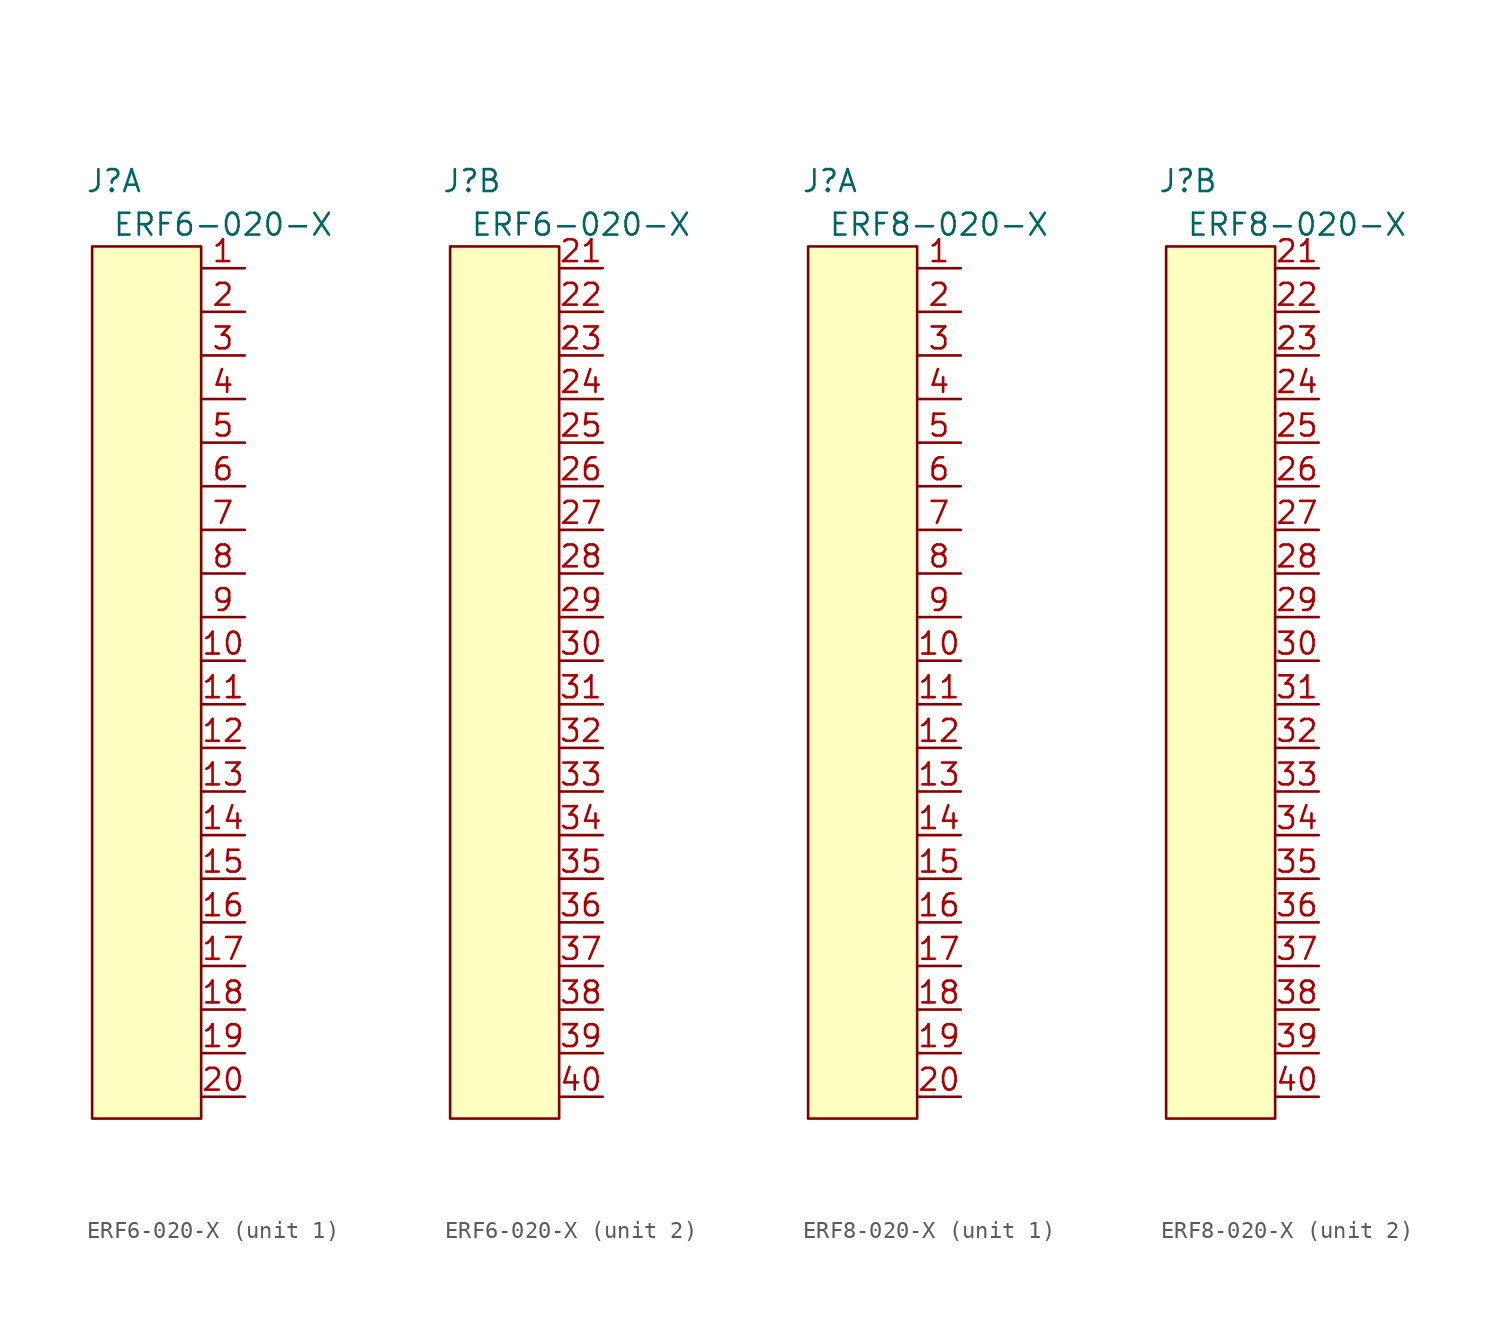
<source format=kicad_sym>
(kicad_symbol_lib
  (version 20211014)
  (generator kicad_symbol_editor)
  (symbol "ERF6-020-X"
    (property "Reference" "J"
      (at 1.27 16.51 0)
      (effects (font (size 1.27 1.27))))
    (property "Value" "ERF6-020-X"
      (at 7.62 13.97 0)
      (effects (font (size 1.27 1.27))))
    (symbol "ERF6-020-X_0_1"
      (rectangle (start 0 12.7) (end 6.35 -38.1) (stroke (width 0) (type default) (color 0 0 0 0)) (fill (type background))))
    (symbol "ERF6-020-X_1_1"
      (pin bidirectional line (at 8.89 11.43 180) (length 2.54) (name "~" (effects (font (size 1.27 1.27)))) (number "1" (effects (font (size 1.27 1.27)))))
      (pin bidirectional line (at 8.89 -11.43 180) (length 2.54) (name "~" (effects (font (size 1.27 1.27)))) (number "10" (effects (font (size 1.27 1.27)))))
      (pin bidirectional line (at 8.89 -13.97 180) (length 2.54) (name "~" (effects (font (size 1.27 1.27)))) (number "11" (effects (font (size 1.27 1.27)))))
      (pin bidirectional line (at 8.89 -16.51 180) (length 2.54) (name "~" (effects (font (size 1.27 1.27)))) (number "12" (effects (font (size 1.27 1.27)))))
      (pin bidirectional line (at 8.89 -19.05 180) (length 2.54) (name "~" (effects (font (size 1.27 1.27)))) (number "13" (effects (font (size 1.27 1.27)))))
      (pin bidirectional line (at 8.89 -21.59 180) (length 2.54) (name "~" (effects (font (size 1.27 1.27)))) (number "14" (effects (font (size 1.27 1.27)))))
      (pin bidirectional line (at 8.89 -24.13 180) (length 2.54) (name "~" (effects (font (size 1.27 1.27)))) (number "15" (effects (font (size 1.27 1.27)))))
      (pin bidirectional line (at 8.89 -26.67 180) (length 2.54) (name "~" (effects (font (size 1.27 1.27)))) (number "16" (effects (font (size 1.27 1.27)))))
      (pin bidirectional line (at 8.89 -29.21 180) (length 2.54) (name "~" (effects (font (size 1.27 1.27)))) (number "17" (effects (font (size 1.27 1.27)))))
      (pin bidirectional line (at 8.89 -31.75 180) (length 2.54) (name "~" (effects (font (size 1.27 1.27)))) (number "18" (effects (font (size 1.27 1.27)))))
      (pin bidirectional line (at 8.89 -34.29 180) (length 2.54) (name "~" (effects (font (size 1.27 1.27)))) (number "19" (effects (font (size 1.27 1.27)))))
      (pin bidirectional line (at 8.89 8.89 180) (length 2.54) (name "~" (effects (font (size 1.27 1.27)))) (number "2" (effects (font (size 1.27 1.27)))))
      (pin bidirectional line (at 8.89 -36.83 180) (length 2.54) (name "~" (effects (font (size 1.27 1.27)))) (number "20" (effects (font (size 1.27 1.27)))))
      (pin bidirectional line (at 8.89 6.35 180) (length 2.54) (name "~" (effects (font (size 1.27 1.27)))) (number "3" (effects (font (size 1.27 1.27)))))
      (pin bidirectional line (at 8.89 3.81 180) (length 2.54) (name "~" (effects (font (size 1.27 1.27)))) (number "4" (effects (font (size 1.27 1.27)))))
      (pin bidirectional line (at 8.89 1.27 180) (length 2.54) (name "~" (effects (font (size 1.27 1.27)))) (number "5" (effects (font (size 1.27 1.27)))))
      (pin bidirectional line (at 8.89 -1.27 180) (length 2.54) (name "~" (effects (font (size 1.27 1.27)))) (number "6" (effects (font (size 1.27 1.27)))))
      (pin bidirectional line (at 8.89 -3.81 180) (length 2.54) (name "~" (effects (font (size 1.27 1.27)))) (number "7" (effects (font (size 1.27 1.27)))))
      (pin bidirectional line (at 8.89 -6.35 180) (length 2.54) (name "~" (effects (font (size 1.27 1.27)))) (number "8" (effects (font (size 1.27 1.27)))))
      (pin bidirectional line (at 8.89 -8.89 180) (length 2.54) (name "~" (effects (font (size 1.27 1.27)))) (number "9" (effects (font (size 1.27 1.27))))))
    (symbol "ERF6-020-X_2_1"
      (pin bidirectional line (at 8.89 11.43 180) (length 2.54) (name "~" (effects (font (size 1.27 1.27)))) (number "21" (effects (font (size 1.27 1.27)))))
      (pin bidirectional line (at 8.89 8.89 180) (length 2.54) (name "~" (effects (font (size 1.27 1.27)))) (number "22" (effects (font (size 1.27 1.27)))))
      (pin bidirectional line (at 8.89 6.35 180) (length 2.54) (name "~" (effects (font (size 1.27 1.27)))) (number "23" (effects (font (size 1.27 1.27)))))
      (pin bidirectional line (at 8.89 3.81 180) (length 2.54) (name "~" (effects (font (size 1.27 1.27)))) (number "24" (effects (font (size 1.27 1.27)))))
      (pin bidirectional line (at 8.89 1.27 180) (length 2.54) (name "~" (effects (font (size 1.27 1.27)))) (number "25" (effects (font (size 1.27 1.27)))))
      (pin bidirectional line (at 8.89 -1.27 180) (length 2.54) (name "~" (effects (font (size 1.27 1.27)))) (number "26" (effects (font (size 1.27 1.27)))))
      (pin bidirectional line (at 8.89 -3.81 180) (length 2.54) (name "~" (effects (font (size 1.27 1.27)))) (number "27" (effects (font (size 1.27 1.27)))))
      (pin bidirectional line (at 8.89 -6.35 180) (length 2.54) (name "~" (effects (font (size 1.27 1.27)))) (number "28" (effects (font (size 1.27 1.27)))))
      (pin bidirectional line (at 8.89 -8.89 180) (length 2.54) (name "~" (effects (font (size 1.27 1.27)))) (number "29" (effects (font (size 1.27 1.27)))))
      (pin bidirectional line (at 8.89 -11.43 180) (length 2.54) (name "~" (effects (font (size 1.27 1.27)))) (number "30" (effects (font (size 1.27 1.27)))))
      (pin bidirectional line (at 8.89 -13.97 180) (length 2.54) (name "~" (effects (font (size 1.27 1.27)))) (number "31" (effects (font (size 1.27 1.27)))))
      (pin bidirectional line (at 8.89 -16.51 180) (length 2.54) (name "~" (effects (font (size 1.27 1.27)))) (number "32" (effects (font (size 1.27 1.27)))))
      (pin bidirectional line (at 8.89 -19.05 180) (length 2.54) (name "~" (effects (font (size 1.27 1.27)))) (number "33" (effects (font (size 1.27 1.27)))))
      (pin bidirectional line (at 8.89 -21.59 180) (length 2.54) (name "~" (effects (font (size 1.27 1.27)))) (number "34" (effects (font (size 1.27 1.27)))))
      (pin bidirectional line (at 8.89 -24.13 180) (length 2.54) (name "~" (effects (font (size 1.27 1.27)))) (number "35" (effects (font (size 1.27 1.27)))))
      (pin bidirectional line (at 8.89 -26.67 180) (length 2.54) (name "~" (effects (font (size 1.27 1.27)))) (number "36" (effects (font (size 1.27 1.27)))))
      (pin bidirectional line (at 8.89 -29.21 180) (length 2.54) (name "~" (effects (font (size 1.27 1.27)))) (number "37" (effects (font (size 1.27 1.27)))))
      (pin bidirectional line (at 8.89 -31.75 180) (length 2.54) (name "~" (effects (font (size 1.27 1.27)))) (number "38" (effects (font (size 1.27 1.27)))))
      (pin bidirectional line (at 8.89 -34.29 180) (length 2.54) (name "~" (effects (font (size 1.27 1.27)))) (number "39" (effects (font (size 1.27 1.27)))))
      (pin bidirectional line (at 8.89 -36.83 180) (length 2.54) (name "~" (effects (font (size 1.27 1.27)))) (number "40" (effects (font (size 1.27 1.27)))))))
  (symbol "ERF8-020-X"
    (property "Reference" "J"
      (at 1.27 16.51 0)
      (effects (font (size 1.27 1.27))))
    (property "Value" "ERF8-020-X"
      (at 7.62 13.97 0)
      (effects (font (size 1.27 1.27))))
    (symbol "ERF8-020-X_0_1"
      (rectangle (start 0 12.7) (end 6.35 -38.1) (stroke (width 0) (type default) (color 0 0 0 0)) (fill (type background))))
    (symbol "ERF8-020-X_1_1"
      (pin bidirectional line (at 8.89 11.43 180) (length 2.54) (name "~" (effects (font (size 1.27 1.27)))) (number "1" (effects (font (size 1.27 1.27)))))
      (pin bidirectional line (at 8.89 -11.43 180) (length 2.54) (name "~" (effects (font (size 1.27 1.27)))) (number "10" (effects (font (size 1.27 1.27)))))
      (pin bidirectional line (at 8.89 -13.97 180) (length 2.54) (name "~" (effects (font (size 1.27 1.27)))) (number "11" (effects (font (size 1.27 1.27)))))
      (pin bidirectional line (at 8.89 -16.51 180) (length 2.54) (name "~" (effects (font (size 1.27 1.27)))) (number "12" (effects (font (size 1.27 1.27)))))
      (pin bidirectional line (at 8.89 -19.05 180) (length 2.54) (name "~" (effects (font (size 1.27 1.27)))) (number "13" (effects (font (size 1.27 1.27)))))
      (pin bidirectional line (at 8.89 -21.59 180) (length 2.54) (name "~" (effects (font (size 1.27 1.27)))) (number "14" (effects (font (size 1.27 1.27)))))
      (pin bidirectional line (at 8.89 -24.13 180) (length 2.54) (name "~" (effects (font (size 1.27 1.27)))) (number "15" (effects (font (size 1.27 1.27)))))
      (pin bidirectional line (at 8.89 -26.67 180) (length 2.54) (name "~" (effects (font (size 1.27 1.27)))) (number "16" (effects (font (size 1.27 1.27)))))
      (pin bidirectional line (at 8.89 -29.21 180) (length 2.54) (name "~" (effects (font (size 1.27 1.27)))) (number "17" (effects (font (size 1.27 1.27)))))
      (pin bidirectional line (at 8.89 -31.75 180) (length 2.54) (name "~" (effects (font (size 1.27 1.27)))) (number "18" (effects (font (size 1.27 1.27)))))
      (pin bidirectional line (at 8.89 -34.29 180) (length 2.54) (name "~" (effects (font (size 1.27 1.27)))) (number "19" (effects (font (size 1.27 1.27)))))
      (pin bidirectional line (at 8.89 8.89 180) (length 2.54) (name "~" (effects (font (size 1.27 1.27)))) (number "2" (effects (font (size 1.27 1.27)))))
      (pin bidirectional line (at 8.89 -36.83 180) (length 2.54) (name "~" (effects (font (size 1.27 1.27)))) (number "20" (effects (font (size 1.27 1.27)))))
      (pin bidirectional line (at 8.89 6.35 180) (length 2.54) (name "~" (effects (font (size 1.27 1.27)))) (number "3" (effects (font (size 1.27 1.27)))))
      (pin bidirectional line (at 8.89 3.81 180) (length 2.54) (name "~" (effects (font (size 1.27 1.27)))) (number "4" (effects (font (size 1.27 1.27)))))
      (pin bidirectional line (at 8.89 1.27 180) (length 2.54) (name "~" (effects (font (size 1.27 1.27)))) (number "5" (effects (font (size 1.27 1.27)))))
      (pin bidirectional line (at 8.89 -1.27 180) (length 2.54) (name "~" (effects (font (size 1.27 1.27)))) (number "6" (effects (font (size 1.27 1.27)))))
      (pin bidirectional line (at 8.89 -3.81 180) (length 2.54) (name "~" (effects (font (size 1.27 1.27)))) (number "7" (effects (font (size 1.27 1.27)))))
      (pin bidirectional line (at 8.89 -6.35 180) (length 2.54) (name "~" (effects (font (size 1.27 1.27)))) (number "8" (effects (font (size 1.27 1.27)))))
      (pin bidirectional line (at 8.89 -8.89 180) (length 2.54) (name "~" (effects (font (size 1.27 1.27)))) (number "9" (effects (font (size 1.27 1.27))))))
    (symbol "ERF8-020-X_2_1"
      (pin bidirectional line (at 8.89 11.43 180) (length 2.54) (name "~" (effects (font (size 1.27 1.27)))) (number "21" (effects (font (size 1.27 1.27)))))
      (pin bidirectional line (at 8.89 8.89 180) (length 2.54) (name "~" (effects (font (size 1.27 1.27)))) (number "22" (effects (font (size 1.27 1.27)))))
      (pin bidirectional line (at 8.89 6.35 180) (length 2.54) (name "~" (effects (font (size 1.27 1.27)))) (number "23" (effects (font (size 1.27 1.27)))))
      (pin bidirectional line (at 8.89 3.81 180) (length 2.54) (name "~" (effects (font (size 1.27 1.27)))) (number "24" (effects (font (size 1.27 1.27)))))
      (pin bidirectional line (at 8.89 1.27 180) (length 2.54) (name "~" (effects (font (size 1.27 1.27)))) (number "25" (effects (font (size 1.27 1.27)))))
      (pin bidirectional line (at 8.89 -1.27 180) (length 2.54) (name "~" (effects (font (size 1.27 1.27)))) (number "26" (effects (font (size 1.27 1.27)))))
      (pin bidirectional line (at 8.89 -3.81 180) (length 2.54) (name "~" (effects (font (size 1.27 1.27)))) (number "27" (effects (font (size 1.27 1.27)))))
      (pin bidirectional line (at 8.89 -6.35 180) (length 2.54) (name "~" (effects (font (size 1.27 1.27)))) (number "28" (effects (font (size 1.27 1.27)))))
      (pin bidirectional line (at 8.89 -8.89 180) (length 2.54) (name "~" (effects (font (size 1.27 1.27)))) (number "29" (effects (font (size 1.27 1.27)))))
      (pin bidirectional line (at 8.89 -11.43 180) (length 2.54) (name "~" (effects (font (size 1.27 1.27)))) (number "30" (effects (font (size 1.27 1.27)))))
      (pin bidirectional line (at 8.89 -13.97 180) (length 2.54) (name "~" (effects (font (size 1.27 1.27)))) (number "31" (effects (font (size 1.27 1.27)))))
      (pin bidirectional line (at 8.89 -16.51 180) (length 2.54) (name "~" (effects (font (size 1.27 1.27)))) (number "32" (effects (font (size 1.27 1.27)))))
      (pin bidirectional line (at 8.89 -19.05 180) (length 2.54) (name "~" (effects (font (size 1.27 1.27)))) (number "33" (effects (font (size 1.27 1.27)))))
      (pin bidirectional line (at 8.89 -21.59 180) (length 2.54) (name "~" (effects (font (size 1.27 1.27)))) (number "34" (effects (font (size 1.27 1.27)))))
      (pin bidirectional line (at 8.89 -24.13 180) (length 2.54) (name "~" (effects (font (size 1.27 1.27)))) (number "35" (effects (font (size 1.27 1.27)))))
      (pin bidirectional line (at 8.89 -26.67 180) (length 2.54) (name "~" (effects (font (size 1.27 1.27)))) (number "36" (effects (font (size 1.27 1.27)))))
      (pin bidirectional line (at 8.89 -29.21 180) (length 2.54) (name "~" (effects (font (size 1.27 1.27)))) (number "37" (effects (font (size 1.27 1.27)))))
      (pin bidirectional line (at 8.89 -31.75 180) (length 2.54) (name "~" (effects (font (size 1.27 1.27)))) (number "38" (effects (font (size 1.27 1.27)))))
      (pin bidirectional line (at 8.89 -34.29 180) (length 2.54) (name "~" (effects (font (size 1.27 1.27)))) (number "39" (effects (font (size 1.27 1.27)))))
      (pin bidirectional line (at 8.89 -36.83 180) (length 2.54) (name "~" (effects (font (size 1.27 1.27)))) (number "40" (effects (font (size 1.27 1.27))))))))
</source>
